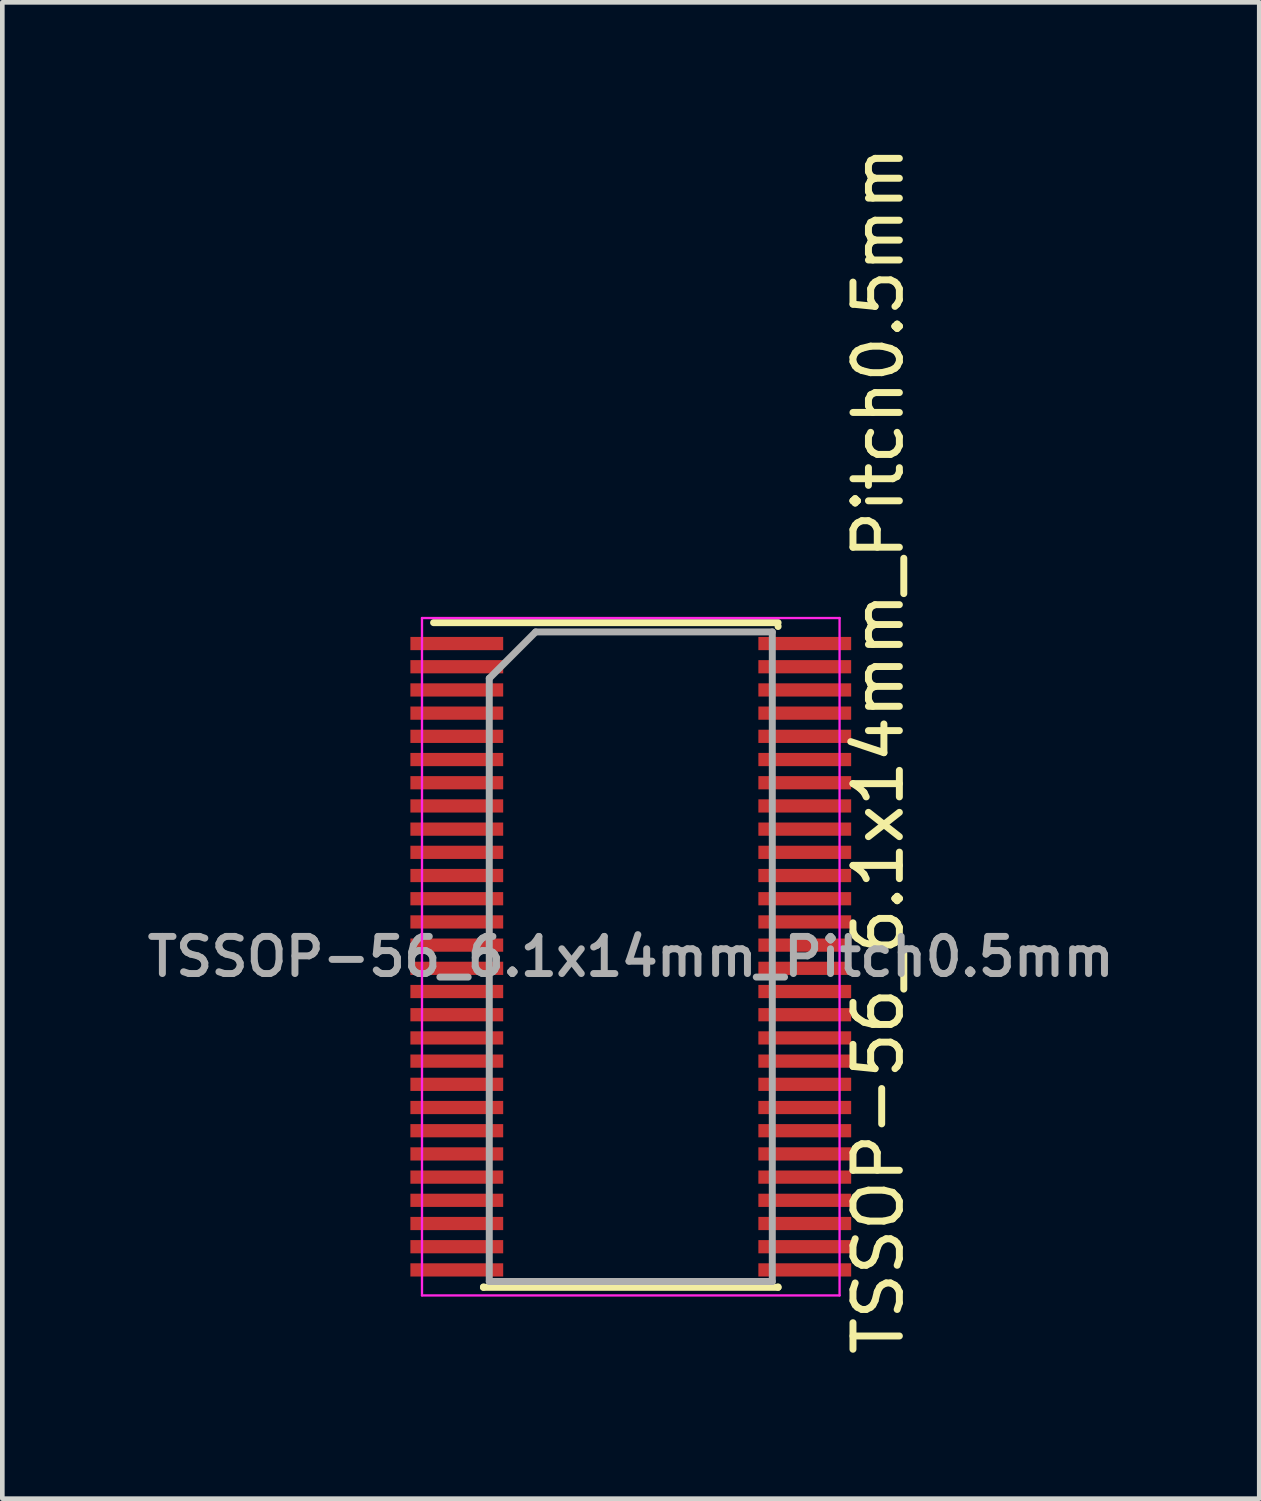
<source format=kicad_pcb>
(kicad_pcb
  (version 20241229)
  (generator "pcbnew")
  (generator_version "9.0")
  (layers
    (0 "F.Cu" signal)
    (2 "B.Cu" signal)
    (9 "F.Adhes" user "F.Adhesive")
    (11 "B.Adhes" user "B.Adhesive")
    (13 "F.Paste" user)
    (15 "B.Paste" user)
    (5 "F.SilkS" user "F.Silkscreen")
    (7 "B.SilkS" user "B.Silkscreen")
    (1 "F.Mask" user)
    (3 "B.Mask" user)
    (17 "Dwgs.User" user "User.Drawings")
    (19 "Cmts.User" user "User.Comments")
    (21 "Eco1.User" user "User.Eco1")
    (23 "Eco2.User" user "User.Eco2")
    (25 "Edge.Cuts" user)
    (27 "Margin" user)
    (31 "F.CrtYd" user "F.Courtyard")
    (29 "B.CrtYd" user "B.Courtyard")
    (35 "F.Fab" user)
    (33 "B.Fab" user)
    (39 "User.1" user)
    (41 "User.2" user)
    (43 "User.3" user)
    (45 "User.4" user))
  (footprint "TSSOP-56_6.1x14mm_Pitch0.5mm"
    (layer "F.Cu")
    (at 10.545 17.57)
    (property "Reference" "TSSOP-56_6.1x14mm_Pitch0.5mm" (at 5.334 -4.445 90) (layer "F.SilkS") (effects (font (size 1 1) (thickness 0.15))))
    (attr smd)
    (fp_line (start -4.25 -7.2) (end 3.175 -7.2) (stroke (width 0.15) (type solid)) (layer "F.SilkS"))
    (fp_line (start -3.175 7.125) (end -3.175 7.117) (stroke (width 0.15) (type solid)) (layer "F.SilkS"))
    (fp_line (start -3.175 7.125) (end 3.175 7.125) (stroke (width 0.15) (type solid)) (layer "F.SilkS"))
    (fp_line (start 3.175 -7.125) (end 3.175 -7.117) (stroke (width 0.15) (type solid)) (layer "F.SilkS"))
    (fp_line (start 3.175 7.125) (end 3.175 7.117) (stroke (width 0.15) (type solid)) (layer "F.SilkS"))
    (fp_line (start -4.5 -7.3) (end -4.5 7.3) (stroke (width 0.05) (type solid)) (layer "F.CrtYd"))
    (fp_line (start -4.5 -7.3) (end 4.5 -7.3) (stroke (width 0.05) (type solid)) (layer "F.CrtYd"))
    (fp_line (start -4.5 7.3) (end 4.5 7.3) (stroke (width 0.05) (type solid)) (layer "F.CrtYd"))
    (fp_line (start 4.5 -7.3) (end 4.5 7.3) (stroke (width 0.05) (type solid)) (layer "F.CrtYd"))
    (fp_line (start -3.05 -6) (end -2.05 -7) (stroke (width 0.15) (type solid)) (layer "F.Fab"))
    (fp_line (start -3.05 7) (end -3.05 -6) (stroke (width 0.15) (type solid)) (layer "F.Fab"))
    (fp_line (start -2.05 -7) (end 3.05 -7) (stroke (width 0.15) (type solid)) (layer "F.Fab"))
    (fp_line (start 3.05 -7) (end 3.05 7) (stroke (width 0.15) (type solid)) (layer "F.Fab"))
    (fp_line (start 3.05 7) (end -3.05 7) (stroke (width 0.15) (type solid)) (layer "F.Fab"))
    (fp_text user "${REFERENCE}" (at 0 0 0) (layer "F.Fab") (effects (font (size 0.8 0.8) (thickness 0.15))))
    (pad "1" smd rect (at -3.75 -6.75) (size 2 0.285) (layers "F.Cu" "F.Mask" "F.Paste"))
    (pad "2" smd rect (at -3.75 -6.25) (size 2 0.285) (layers "F.Cu" "F.Mask" "F.Paste"))
    (pad "3" smd rect (at -3.75 -5.75) (size 2 0.285) (layers "F.Cu" "F.Mask" "F.Paste"))
    (pad "4" smd rect (at -3.75 -5.25) (size 2 0.285) (layers "F.Cu" "F.Mask" "F.Paste"))
    (pad "5" smd rect (at -3.75 -4.75) (size 2 0.285) (layers "F.Cu" "F.Mask" "F.Paste"))
    (pad "6" smd rect (at -3.75 -4.25) (size 2 0.285) (layers "F.Cu" "F.Mask" "F.Paste"))
    (pad "7" smd rect (at -3.75 -3.75) (size 2 0.285) (layers "F.Cu" "F.Mask" "F.Paste"))
    (pad "8" smd rect (at -3.75 -3.25) (size 2 0.285) (layers "F.Cu" "F.Mask" "F.Paste"))
    (pad "9" smd rect (at -3.75 -2.75) (size 2 0.285) (layers "F.Cu" "F.Mask" "F.Paste"))
    (pad "10" smd rect (at -3.75 -2.25) (size 2 0.285) (layers "F.Cu" "F.Mask" "F.Paste"))
    (pad "11" smd rect (at -3.75 -1.75) (size 2 0.285) (layers "F.Cu" "F.Mask" "F.Paste"))
    (pad "12" smd rect (at -3.75 -1.25) (size 2 0.285) (layers "F.Cu" "F.Mask" "F.Paste"))
    (pad "13" smd rect (at -3.75 -0.75) (size 2 0.285) (layers "F.Cu" "F.Mask" "F.Paste"))
    (pad "14" smd rect (at -3.75 -0.25) (size 2 0.285) (layers "F.Cu" "F.Mask" "F.Paste"))
    (pad "15" smd rect (at -3.75 0.25) (size 2 0.285) (layers "F.Cu" "F.Mask" "F.Paste"))
    (pad "16" smd rect (at -3.75 0.75) (size 2 0.285) (layers "F.Cu" "F.Mask" "F.Paste"))
    (pad "17" smd rect (at -3.75 1.25) (size 2 0.285) (layers "F.Cu" "F.Mask" "F.Paste"))
    (pad "18" smd rect (at -3.75 1.75) (size 2 0.285) (layers "F.Cu" "F.Mask" "F.Paste"))
    (pad "19" smd rect (at -3.75 2.25) (size 2 0.285) (layers "F.Cu" "F.Mask" "F.Paste"))
    (pad "20" smd rect (at -3.75 2.75) (size 2 0.285) (layers "F.Cu" "F.Mask" "F.Paste"))
    (pad "21" smd rect (at -3.75 3.25) (size 2 0.285) (layers "F.Cu" "F.Mask" "F.Paste"))
    (pad "22" smd rect (at -3.75 3.75) (size 2 0.285) (layers "F.Cu" "F.Mask" "F.Paste"))
    (pad "23" smd rect (at -3.75 4.25) (size 2 0.285) (layers "F.Cu" "F.Mask" "F.Paste"))
    (pad "24" smd rect (at -3.75 4.75) (size 2 0.285) (layers "F.Cu" "F.Mask" "F.Paste"))
    (pad "25" smd rect (at -3.75 5.25) (size 2 0.285) (layers "F.Cu" "F.Mask" "F.Paste"))
    (pad "26" smd rect (at -3.75 5.75) (size 2 0.285) (layers "F.Cu" "F.Mask" "F.Paste"))
    (pad "27" smd rect (at -3.75 6.25) (size 2 0.285) (layers "F.Cu" "F.Mask" "F.Paste"))
    (pad "28" smd rect (at -3.75 6.75) (size 2 0.285) (layers "F.Cu" "F.Mask" "F.Paste"))
    (pad "29" smd rect (at 3.75 6.75) (size 2 0.285) (layers "F.Cu" "F.Mask" "F.Paste"))
    (pad "30" smd rect (at 3.75 6.25) (size 2 0.285) (layers "F.Cu" "F.Mask" "F.Paste"))
    (pad "31" smd rect (at 3.75 5.75) (size 2 0.285) (layers "F.Cu" "F.Mask" "F.Paste"))
    (pad "32" smd rect (at 3.75 5.25) (size 2 0.285) (layers "F.Cu" "F.Mask" "F.Paste"))
    (pad "33" smd rect (at 3.75 4.75) (size 2 0.285) (layers "F.Cu" "F.Mask" "F.Paste"))
    (pad "34" smd rect (at 3.75 4.25) (size 2 0.285) (layers "F.Cu" "F.Mask" "F.Paste"))
    (pad "35" smd rect (at 3.75 3.75) (size 2 0.285) (layers "F.Cu" "F.Mask" "F.Paste"))
    (pad "36" smd rect (at 3.75 3.25) (size 2 0.285) (layers "F.Cu" "F.Mask" "F.Paste"))
    (pad "37" smd rect (at 3.75 2.75) (size 2 0.285) (layers "F.Cu" "F.Mask" "F.Paste"))
    (pad "38" smd rect (at 3.75 2.25) (size 2 0.285) (layers "F.Cu" "F.Mask" "F.Paste"))
    (pad "39" smd rect (at 3.75 1.75) (size 2 0.285) (layers "F.Cu" "F.Mask" "F.Paste"))
    (pad "40" smd rect (at 3.75 1.25) (size 2 0.285) (layers "F.Cu" "F.Mask" "F.Paste"))
    (pad "41" smd rect (at 3.75 0.75) (size 2 0.285) (layers "F.Cu" "F.Mask" "F.Paste"))
    (pad "42" smd rect (at 3.75 0.25) (size 2 0.285) (layers "F.Cu" "F.Mask" "F.Paste"))
    (pad "43" smd rect (at 3.75 -0.25) (size 2 0.285) (layers "F.Cu" "F.Mask" "F.Paste"))
    (pad "44" smd rect (at 3.75 -0.75) (size 2 0.285) (layers "F.Cu" "F.Mask" "F.Paste"))
    (pad "45" smd rect (at 3.75 -1.25) (size 2 0.285) (layers "F.Cu" "F.Mask" "F.Paste"))
    (pad "46" smd rect (at 3.75 -1.75) (size 2 0.285) (layers "F.Cu" "F.Mask" "F.Paste"))
    (pad "47" smd rect (at 3.75 -2.25) (size 2 0.285) (layers "F.Cu" "F.Mask" "F.Paste"))
    (pad "48" smd rect (at 3.75 -2.75) (size 2 0.285) (layers "F.Cu" "F.Mask" "F.Paste"))
    (pad "49" smd rect (at 3.75 -3.25) (size 2 0.285) (layers "F.Cu" "F.Mask" "F.Paste"))
    (pad "50" smd rect (at 3.75 -3.75) (size 2 0.285) (layers "F.Cu" "F.Mask" "F.Paste"))
    (pad "51" smd rect (at 3.75 -4.25) (size 2 0.285) (layers "F.Cu" "F.Mask" "F.Paste"))
    (pad "52" smd rect (at 3.75 -4.75) (size 2 0.285) (layers "F.Cu" "F.Mask" "F.Paste"))
    (pad "53" smd rect (at 3.75 -5.25) (size 2 0.285) (layers "F.Cu" "F.Mask" "F.Paste"))
    (pad "54" smd rect (at 3.75 -5.75) (size 2 0.285) (layers "F.Cu" "F.Mask" "F.Paste"))
    (pad "55" smd rect (at 3.75 -6.25) (size 2 0.285) (layers "F.Cu" "F.Mask" "F.Paste"))
    (pad "56" smd rect (at 3.75 -6.75) (size 2 0.285) (layers "F.Cu" "F.Mask" "F.Paste")))
  (gr_rect
    (start -3 -3)
    (end 24.09 29.25)
    (stroke (width 0.1) (type default))
    (fill no)
    (layer "Edge.Cuts")))
</source>
